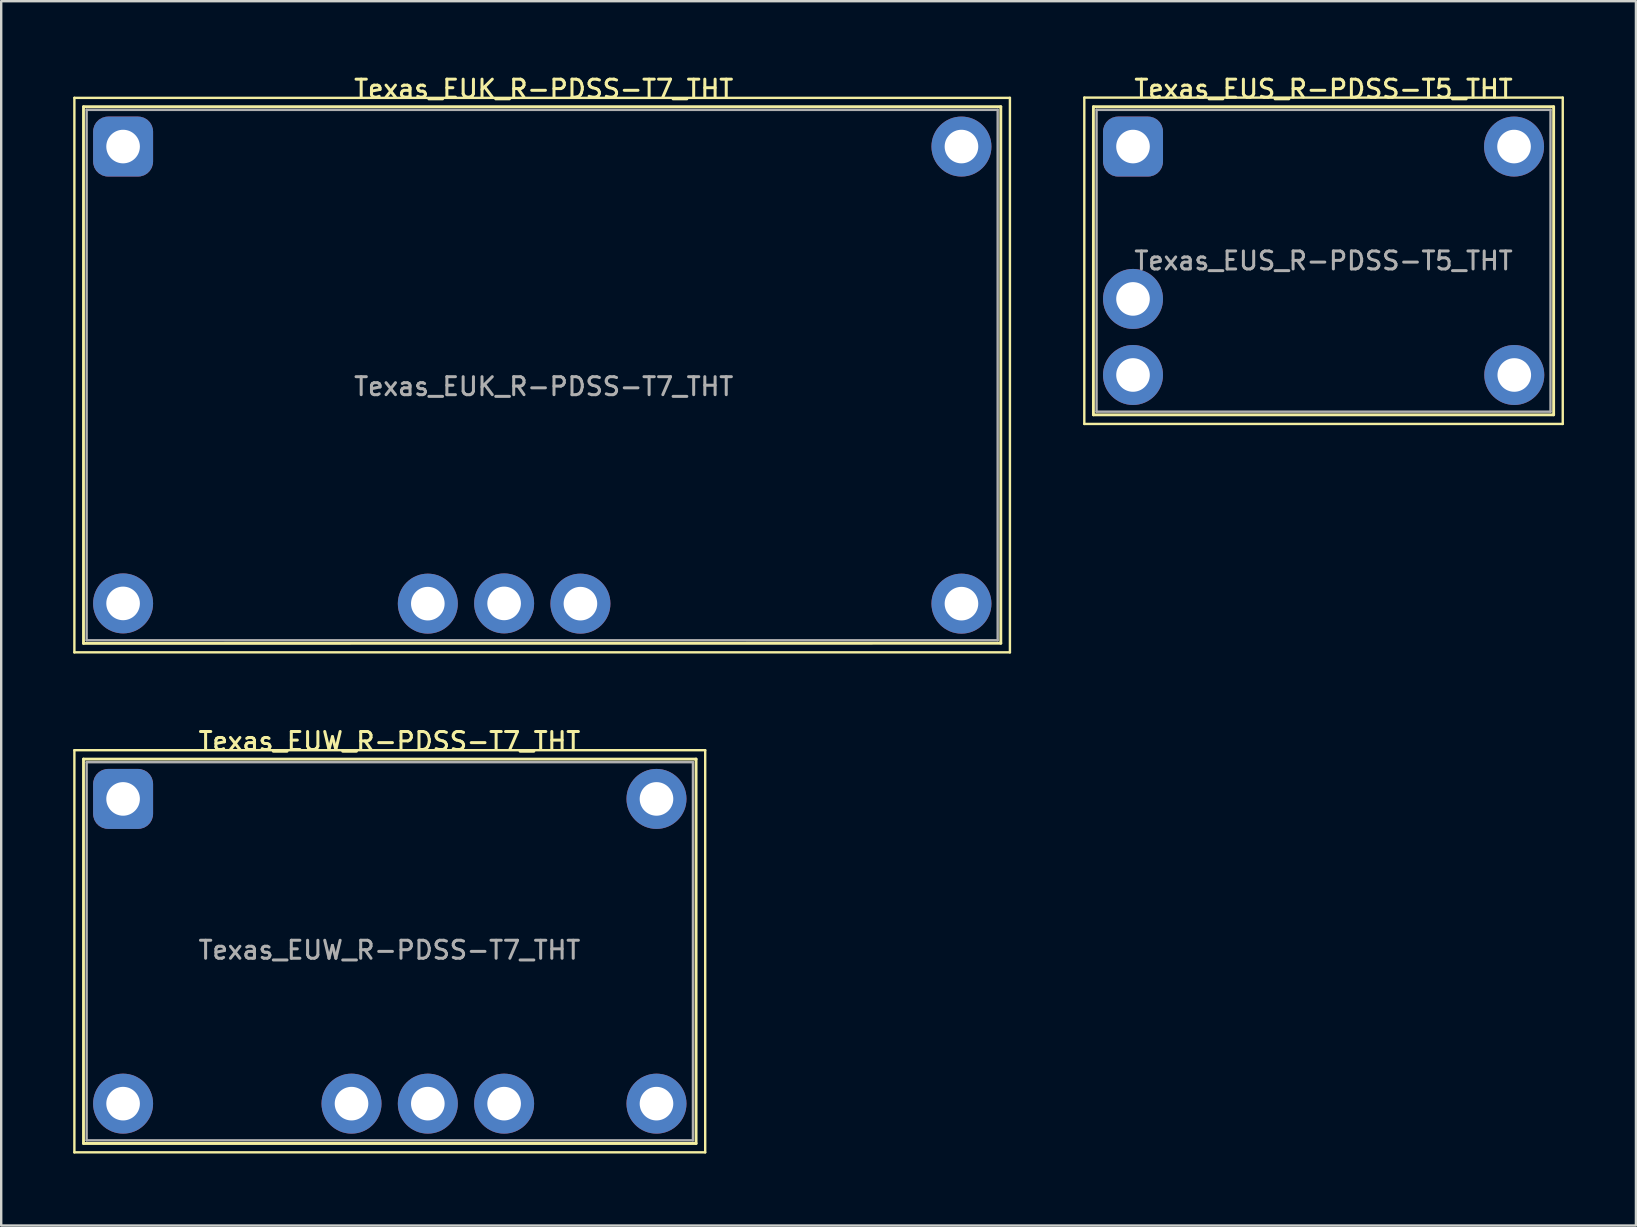
<source format=kicad_pcb>
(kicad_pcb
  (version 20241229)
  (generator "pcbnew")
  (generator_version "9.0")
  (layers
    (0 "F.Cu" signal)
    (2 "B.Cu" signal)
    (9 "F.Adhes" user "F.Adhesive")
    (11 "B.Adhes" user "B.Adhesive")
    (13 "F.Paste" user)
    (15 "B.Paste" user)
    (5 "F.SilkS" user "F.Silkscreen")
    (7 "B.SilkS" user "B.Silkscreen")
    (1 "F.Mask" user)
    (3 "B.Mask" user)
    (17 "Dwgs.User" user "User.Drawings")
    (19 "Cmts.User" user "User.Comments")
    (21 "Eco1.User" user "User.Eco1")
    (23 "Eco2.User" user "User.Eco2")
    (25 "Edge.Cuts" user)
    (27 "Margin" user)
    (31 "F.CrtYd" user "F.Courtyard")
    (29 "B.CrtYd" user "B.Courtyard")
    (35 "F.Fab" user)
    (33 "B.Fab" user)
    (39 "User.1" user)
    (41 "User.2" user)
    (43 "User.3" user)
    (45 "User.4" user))
  (footprint "Texas_EUW_R-PDSS-T7_THT"
    (layer "F.Cu")
    (at 2.08 30.246)
    (property "Reference" "Texas_EUW_R-PDSS-T7_THT" (at 11.1 -2.4 0) (layer "F.SilkS") (effects (font (size 0.75 0.75) (thickness 0.125))))
    (attr through_hole)
    (fp_line (start -2.03 14.73) (end -2.03 -2.03) (stroke (width 0.1) (type solid)) (layer "F.SilkS"))
    (fp_line (start -1.65 -1.66) (end -1.65 14.36) (stroke (width 0.12) (type solid)) (layer "F.SilkS"))
    (fp_line (start -1.65 -1.66) (end 23.88 -1.66) (stroke (width 0.12) (type solid)) (layer "F.SilkS"))
    (fp_line (start -1.65 14.36) (end 23.88 14.36) (stroke (width 0.12) (type solid)) (layer "F.SilkS"))
    (fp_line (start 23.88 -1.66) (end 23.88 14.36) (stroke (width 0.12) (type solid)) (layer "F.SilkS"))
    (fp_line (start 24.26 -2.03) (end -2.03 -2.03) (stroke (width 0.1) (type solid)) (layer "F.SilkS"))
    (fp_line (start 24.26 -2.03) (end 24.26 14.73) (stroke (width 0.1) (type solid)) (layer "F.SilkS"))
    (fp_line (start 24.26 14.73) (end -2.03 14.73) (stroke (width 0.1) (type solid)) (layer "F.SilkS"))
    (fp_line (start -1.52 14.23) (end -1.52 -1.53) (stroke (width 0.1) (type solid)) (layer "F.Fab"))
    (fp_line (start -1.52 14.23) (end 23.75 14.23) (stroke (width 0.1) (type solid)) (layer "F.Fab"))
    (fp_line (start 23.75 -1.53) (end -1.52 -1.53) (stroke (width 0.1) (type solid)) (layer "F.Fab"))
    (fp_line (start 23.75 14.23) (end 23.75 -1.53) (stroke (width 0.1) (type solid)) (layer "F.Fab"))
    (fp_text user "${REFERENCE}" (at 11.1 6.3 0) (layer "F.Fab") (effects (font (size 0.75 0.75) (thickness 0.125))))
    (pad "1" thru_hole roundrect (at 0 0) (size 2.5 2.5) (drill 1.4) (layers "*.Cu" "*.Mask") (roundrect_rratio 0.25))
    (pad "2" thru_hole circle (at 0 12.7) (size 2.5 2.5) (drill 1.4) (layers "*.Cu" "*.Mask"))
    (pad "3" thru_hole circle (at 9.52 12.7) (size 2.5 2.5) (drill 1.4) (layers "*.Cu" "*.Mask"))
    (pad "4" thru_hole circle (at 12.7 12.7) (size 2.5 2.5) (drill 1.4) (layers "*.Cu" "*.Mask"))
    (pad "5" thru_hole circle (at 15.88 12.7) (size 2.5 2.5) (drill 1.4) (layers "*.Cu" "*.Mask"))
    (pad "6" thru_hole circle (at 22.23 12.7) (size 2.5 2.5) (drill 1.4) (layers "*.Cu" "*.Mask"))
    (pad "7" thru_hole circle (at 22.23 0) (size 2.5 2.5) (drill 1.4) (layers "*.Cu" "*.Mask")))
  (footprint "Texas_EUK_R-PDSS-T7_THT"
    (layer "F.Cu")
    (at 2.08 3.058)
    (property "Reference" "Texas_EUK_R-PDSS-T7_THT" (at 17.53 -2.4 0) (layer "F.SilkS") (effects (font (size 0.75 0.75) (thickness 0.125))))
    (attr through_hole)
    (fp_line (start -2.03 21.08) (end -2.03 -2.03) (stroke (width 0.1) (type solid)) (layer "F.SilkS"))
    (fp_line (start -2.03 21.08) (end 36.96 21.08) (stroke (width 0.1) (type solid)) (layer "F.SilkS"))
    (fp_line (start -1.65 -1.66) (end -1.65 20.705) (stroke (width 0.12) (type solid)) (layer "F.SilkS"))
    (fp_line (start -1.65 -1.66) (end 36.58 -1.66) (stroke (width 0.12) (type solid)) (layer "F.SilkS"))
    (fp_line (start -1.65 20.705) (end 36.58 20.7) (stroke (width 0.12) (type solid)) (layer "F.SilkS"))
    (fp_line (start 36.58 -1.66) (end 36.58 20.7) (stroke (width 0.12) (type solid)) (layer "F.SilkS"))
    (fp_line (start 36.96 -2.03) (end -2.03 -2.03) (stroke (width 0.1) (type solid)) (layer "F.SilkS"))
    (fp_line (start 36.96 -2.03) (end 36.96 21.08) (stroke (width 0.1) (type solid)) (layer "F.SilkS"))
    (fp_line (start -1.52 20.575) (end -1.52 -1.53) (stroke (width 0.1) (type solid)) (layer "F.Fab"))
    (fp_line (start 36.45 -1.53) (end -1.52 -1.53) (stroke (width 0.1) (type solid)) (layer "F.Fab"))
    (fp_line (start 36.45 20.575) (end -1.52 20.575) (stroke (width 0.1) (type solid)) (layer "F.Fab"))
    (fp_line (start 36.45 20.575) (end 36.45 -1.53) (stroke (width 0.1) (type solid)) (layer "F.Fab"))
    (fp_text user "${REFERENCE}" (at 17.53 10 0) (layer "F.Fab") (effects (font (size 0.75 0.75) (thickness 0.125))))
    (pad "1" thru_hole roundrect (at 0 0) (size 2.5 2.5) (drill 1.4) (layers "*.Cu" "*.Mask") (roundrect_rratio 0.25))
    (pad "2" thru_hole circle (at 0 19.04) (size 2.5 2.5) (drill 1.4) (layers "*.Cu" "*.Mask"))
    (pad "3" thru_hole circle (at 12.7 19.05) (size 2.5 2.5) (drill 1.4) (layers "*.Cu" "*.Mask"))
    (pad "4" thru_hole circle (at 15.88 19.04) (size 2.5 2.5) (drill 1.4) (layers "*.Cu" "*.Mask"))
    (pad "5" thru_hole circle (at 19.06 19.05) (size 2.5 2.5) (drill 1.4) (layers "*.Cu" "*.Mask"))
    (pad "6" thru_hole circle (at 34.94 19.05) (size 2.5 2.5) (drill 1.4) (layers "*.Cu" "*.Mask"))
    (pad "7" thru_hole circle (at 34.94 0) (size 2.5 2.5) (drill 1.4) (layers "*.Cu" "*.Mask")))
  (footprint "Texas_EUS_R-PDSS-T5_THT"
    (layer "F.Cu")
    (at 44.17 3.058)
    (property "Reference" "Texas_EUS_R-PDSS-T5_THT" (at 7.94 -2.4 0) (layer "F.SilkS") (effects (font (size 0.75 0.75) (thickness 0.125))))
    (attr through_hole)
    (fp_line (start -2.03 11.56) (end -2.03 -2.04) (stroke (width 0.1) (type solid)) (layer "F.SilkS"))
    (fp_line (start -2.03 11.56) (end 17.91 11.56) (stroke (width 0.1) (type solid)) (layer "F.SilkS"))
    (fp_line (start -1.65 -1.66) (end -1.65 11.18) (stroke (width 0.12) (type solid)) (layer "F.SilkS"))
    (fp_line (start -1.65 -1.66) (end 17.53 -1.66) (stroke (width 0.12) (type solid)) (layer "F.SilkS"))
    (fp_line (start -1.65 11.18) (end 17.53 11.18) (stroke (width 0.12) (type solid)) (layer "F.SilkS"))
    (fp_line (start 17.53 -1.66) (end 17.53 11.18) (stroke (width 0.12) (type solid)) (layer "F.SilkS"))
    (fp_line (start 17.91 -2.04) (end -2.03 -2.04) (stroke (width 0.1) (type solid)) (layer "F.SilkS"))
    (fp_line (start 17.91 -2.04) (end 17.91 11.56) (stroke (width 0.1) (type solid)) (layer "F.SilkS"))
    (fp_line (start -1.52 11.05) (end -1.52 -1.53) (stroke (width 0.1) (type solid)) (layer "F.Fab"))
    (fp_line (start -1.52 11.05) (end 17.4 11.05) (stroke (width 0.1) (type solid)) (layer "F.Fab"))
    (fp_line (start 17.4 -1.53) (end -1.52 -1.53) (stroke (width 0.1) (type solid)) (layer "F.Fab"))
    (fp_line (start 17.4 -1.53) (end 17.4 11.05) (stroke (width 0.1) (type solid)) (layer "F.Fab"))
    (fp_text user "${REFERENCE}" (at 7.94 4.76 0) (layer "F.Fab") (effects (font (size 0.75 0.75) (thickness 0.125))))
    (pad "1" thru_hole roundrect (at 0 0) (size 2.5 2.5) (drill 1.4) (layers "*.Cu" "*.Mask") (roundrect_rratio 0.25))
    (pad "2" thru_hole circle (at 0 6.35) (size 2.5 2.5) (drill 1.4) (layers "*.Cu" "*.Mask"))
    (pad "3" thru_hole circle (at 0 9.52) (size 2.5 2.5) (drill 1.4) (layers "*.Cu" "*.Mask"))
    (pad "4" thru_hole circle (at 15.89 9.52) (size 2.5 2.5) (drill 1.4) (layers "*.Cu" "*.Mask"))
    (pad "5" thru_hole circle (at 15.88 0) (size 2.5 2.5) (drill 1.4) (layers "*.Cu" "*.Mask")))
  (gr_rect
    (start -3 -3)
    (end 65.13 48.026)
    (stroke (width 0.1) (type default))
    (fill no)
    (layer "Edge.Cuts")))
</source>
